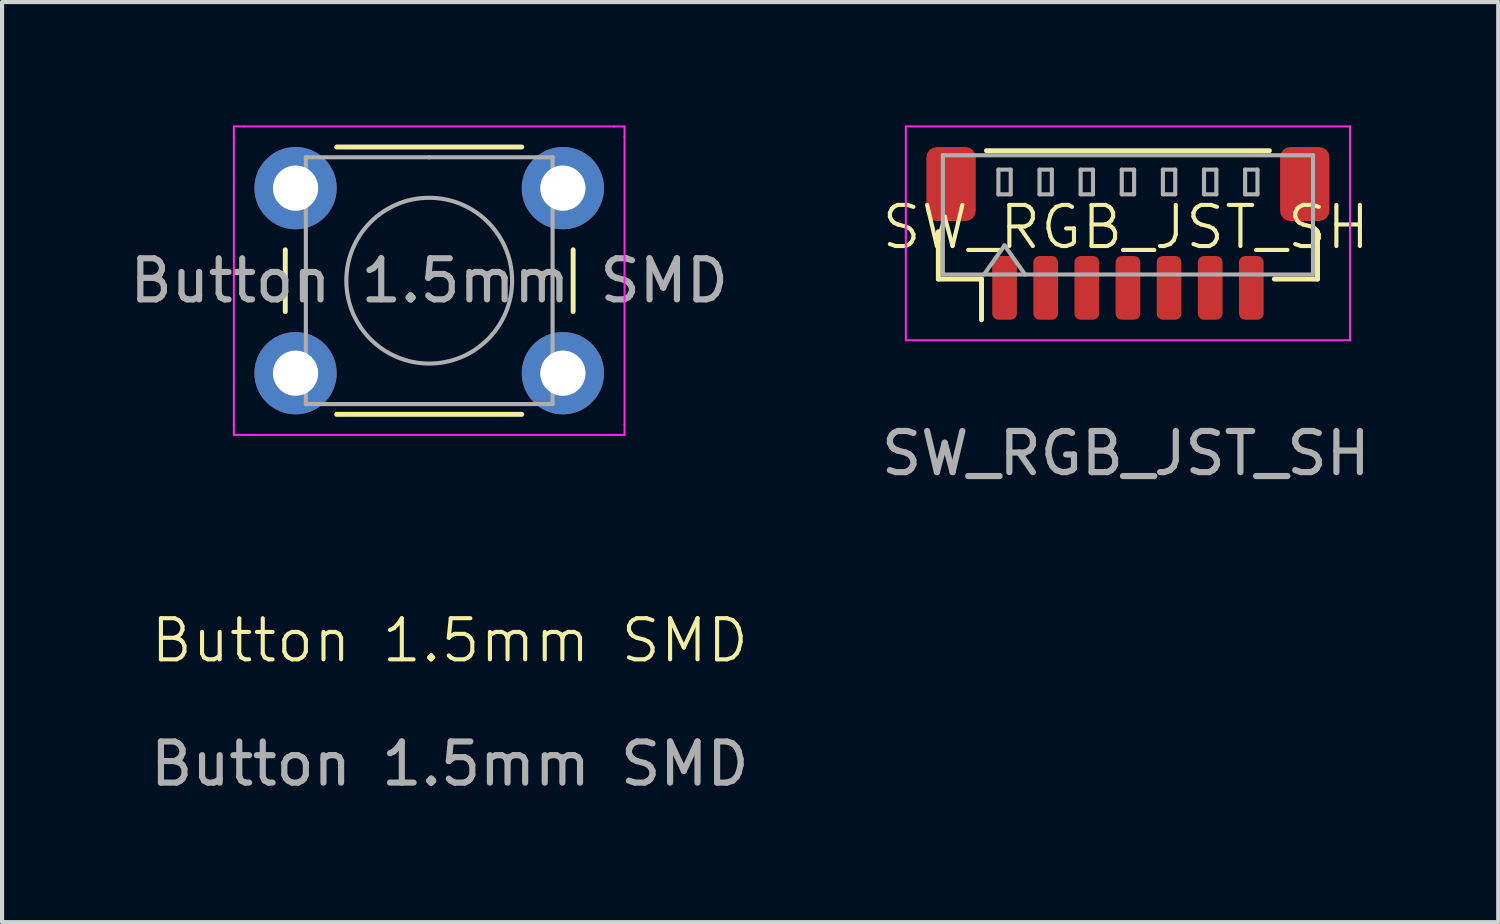
<source format=kicad_pcb>
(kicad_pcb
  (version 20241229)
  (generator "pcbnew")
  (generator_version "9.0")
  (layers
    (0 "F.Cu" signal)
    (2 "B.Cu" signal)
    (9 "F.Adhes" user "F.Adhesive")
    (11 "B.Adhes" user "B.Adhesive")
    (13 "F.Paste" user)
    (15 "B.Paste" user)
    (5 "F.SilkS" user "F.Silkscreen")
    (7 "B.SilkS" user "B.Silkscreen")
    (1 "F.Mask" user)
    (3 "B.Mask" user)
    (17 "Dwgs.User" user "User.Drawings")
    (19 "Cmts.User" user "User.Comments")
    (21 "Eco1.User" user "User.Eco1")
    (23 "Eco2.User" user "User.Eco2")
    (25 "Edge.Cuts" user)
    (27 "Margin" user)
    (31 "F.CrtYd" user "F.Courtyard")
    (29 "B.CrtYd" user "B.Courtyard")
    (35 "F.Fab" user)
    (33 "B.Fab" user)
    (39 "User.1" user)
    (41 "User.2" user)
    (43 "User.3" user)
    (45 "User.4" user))
  (footprint "SW_RGB_JST_SH"
    (layer "F.Cu")
    (at 24.327 2.475)
    (property "Reference" "SW_RGB_JST_SH" (at 0 0 0) (unlocked yes) (layer "F.SilkS") (effects (font (size 1 1) (thickness 0.1))))
    (attr smd)
    (fp_line (start -4.56 0.11) (end -4.56 1.26) (stroke (width 0.12) (type solid)) (layer "F.SilkS"))
    (fp_line (start -4.56 1.26) (end -3.51 1.26) (stroke (width 0.12) (type solid)) (layer "F.SilkS"))
    (fp_line (start -3.51 1.26) (end -3.51 2.25) (stroke (width 0.12) (type solid)) (layer "F.SilkS"))
    (fp_line (start -3.39 -1.86) (end 3.49 -1.86) (stroke (width 0.12) (type solid)) (layer "F.SilkS"))
    (fp_line (start 4.66 0.11) (end 4.66 1.26) (stroke (width 0.12) (type solid)) (layer "F.SilkS"))
    (fp_line (start 4.66 1.26) (end 3.61 1.26) (stroke (width 0.12) (type solid)) (layer "F.SilkS"))
    (fp_line (start -5.35 -2.45) (end -5.35 2.75) (stroke (width 0.05) (type solid)) (layer "F.CrtYd"))
    (fp_line (start -5.35 2.75) (end 5.45 2.75) (stroke (width 0.05) (type solid)) (layer "F.CrtYd"))
    (fp_line (start 5.45 -2.45) (end -5.35 -2.45) (stroke (width 0.05) (type solid)) (layer "F.CrtYd"))
    (fp_line (start 5.45 2.75) (end 5.45 -2.45) (stroke (width 0.05) (type solid)) (layer "F.CrtYd"))
    (fp_line (start -4.45 -1.75) (end 4.55 -1.75) (stroke (width 0.1) (type solid)) (layer "F.Fab"))
    (fp_line (start -4.45 1.15) (end -4.45 -1.75) (stroke (width 0.1) (type solid)) (layer "F.Fab"))
    (fp_line (start -4.45 1.15) (end 4.55 1.15) (stroke (width 0.1) (type solid)) (layer "F.Fab"))
    (fp_line (start -3.45 1.15) (end -2.95 0.443) (stroke (width 0.1) (type solid)) (layer "F.Fab"))
    (fp_line (start -3.1 -1.4) (end -3.1 -0.8) (stroke (width 0.1) (type solid)) (layer "F.Fab"))
    (fp_line (start -3.1 -0.8) (end -2.8 -0.8) (stroke (width 0.1) (type solid)) (layer "F.Fab"))
    (fp_line (start -2.95 0.443) (end -2.45 1.15) (stroke (width 0.1) (type solid)) (layer "F.Fab"))
    (fp_line (start -2.8 -1.4) (end -3.1 -1.4) (stroke (width 0.1) (type solid)) (layer "F.Fab"))
    (fp_line (start -2.8 -0.8) (end -2.8 -1.4) (stroke (width 0.1) (type solid)) (layer "F.Fab"))
    (fp_line (start -2.1 -1.4) (end -2.1 -0.8) (stroke (width 0.1) (type solid)) (layer "F.Fab"))
    (fp_line (start -2.1 -0.8) (end -1.8 -0.8) (stroke (width 0.1) (type solid)) (layer "F.Fab"))
    (fp_line (start -1.8 -1.4) (end -2.1 -1.4) (stroke (width 0.1) (type solid)) (layer "F.Fab"))
    (fp_line (start -1.8 -0.8) (end -1.8 -1.4) (stroke (width 0.1) (type solid)) (layer "F.Fab"))
    (fp_line (start -1.1 -1.4) (end -1.1 -0.8) (stroke (width 0.1) (type solid)) (layer "F.Fab"))
    (fp_line (start -1.1 -0.8) (end -0.8 -0.8) (stroke (width 0.1) (type solid)) (layer "F.Fab"))
    (fp_line (start -0.8 -1.4) (end -1.1 -1.4) (stroke (width 0.1) (type solid)) (layer "F.Fab"))
    (fp_line (start -0.8 -0.8) (end -0.8 -1.4) (stroke (width 0.1) (type solid)) (layer "F.Fab"))
    (fp_line (start -0.1 -1.4) (end -0.1 -0.8) (stroke (width 0.1) (type solid)) (layer "F.Fab"))
    (fp_line (start -0.1 -0.8) (end 0.2 -0.8) (stroke (width 0.1) (type solid)) (layer "F.Fab"))
    (fp_line (start 0.2 -1.4) (end -0.1 -1.4) (stroke (width 0.1) (type solid)) (layer "F.Fab"))
    (fp_line (start 0.2 -0.8) (end 0.2 -1.4) (stroke (width 0.1) (type solid)) (layer "F.Fab"))
    (fp_line (start 0.9 -1.4) (end 0.9 -0.8) (stroke (width 0.1) (type solid)) (layer "F.Fab"))
    (fp_line (start 0.9 -0.8) (end 1.2 -0.8) (stroke (width 0.1) (type solid)) (layer "F.Fab"))
    (fp_line (start 1.2 -1.4) (end 0.9 -1.4) (stroke (width 0.1) (type solid)) (layer "F.Fab"))
    (fp_line (start 1.2 -0.8) (end 1.2 -1.4) (stroke (width 0.1) (type solid)) (layer "F.Fab"))
    (fp_line (start 1.9 -1.4) (end 1.9 -0.8) (stroke (width 0.1) (type solid)) (layer "F.Fab"))
    (fp_line (start 1.9 -0.8) (end 2.2 -0.8) (stroke (width 0.1) (type solid)) (layer "F.Fab"))
    (fp_line (start 2.2 -1.4) (end 1.9 -1.4) (stroke (width 0.1) (type solid)) (layer "F.Fab"))
    (fp_line (start 2.2 -0.8) (end 2.2 -1.4) (stroke (width 0.1) (type solid)) (layer "F.Fab"))
    (fp_line (start 2.9 -1.4) (end 2.9 -0.8) (stroke (width 0.1) (type solid)) (layer "F.Fab"))
    (fp_line (start 2.9 -0.8) (end 3.2 -0.8) (stroke (width 0.1) (type solid)) (layer "F.Fab"))
    (fp_line (start 3.2 -1.4) (end 2.9 -1.4) (stroke (width 0.1) (type solid)) (layer "F.Fab"))
    (fp_line (start 3.2 -0.8) (end 3.2 -1.4) (stroke (width 0.1) (type solid)) (layer "F.Fab"))
    (fp_line (start 4.55 1.15) (end 4.55 -1.75) (stroke (width 0.1) (type solid)) (layer "F.Fab"))
    (fp_text user "${REFERENCE}" (at 0 5.5 0) (unlocked yes) (layer "F.Fab") (effects (font (size 1 1) (thickness 0.15))))
    (pad "" smd roundrect (at -4.25 -1.05) (size 1.2 1.8) (layers "F.Cu" "F.Mask" "F.Paste") (roundrect_rratio 0.208))
    (pad "" smd roundrect (at 4.35 -1.05) (size 1.2 1.8) (layers "F.Cu" "F.Mask" "F.Paste") (roundrect_rratio 0.208))
    (pad "B" smd roundrect (at 3.05 1.475) (size 0.6 1.55) (layers "F.Cu" "F.Mask" "F.Paste") (roundrect_rratio 0.25))
    (pad "C1" smd roundrect (at -2.95 1.475) (size 0.6 1.55) (layers "F.Cu" "F.Mask" "F.Paste") (roundrect_rratio 0.25))
    (pad "C2" smd roundrect (at -1.95 1.475) (size 0.6 1.55) (layers "F.Cu" "F.Mask" "F.Paste") (roundrect_rratio 0.25))
    (pad "G" smd roundrect (at 2.05 1.475) (size 0.6 1.55) (layers "F.Cu" "F.Mask" "F.Paste") (roundrect_rratio 0.25))
    (pad "NC1" smd roundrect (at -0.95 1.475) (size 0.6 1.55) (layers "F.Cu" "F.Mask" "F.Paste") (roundrect_rratio 0.25))
    (pad "NO1" smd roundrect (at 0.05 1.475) (size 0.6 1.55) (layers "F.Cu" "F.Mask" "F.Paste") (roundrect_rratio 0.25))
    (pad "R" smd roundrect (at 1.05 1.475) (size 0.6 1.55) (layers "F.Cu" "F.Mask" "F.Paste") (roundrect_rratio 0.25)))
  (footprint "Button 1.5mm SMD"
    (layer "F.Cu")
    (at 7.887 13.025)
    (property "Reference" "Button 1.5mm SMD" (at 0 -0.5 0) (unlocked yes) (layer "F.SilkS") (effects (font (size 1 1) (thickness 0.1))))
    (attr smd)
    (fp_line (start -4 -10) (end -4 -8.5) (stroke (width 0.12) (type solid)) (layer "F.SilkS"))
    (fp_line (start -2.75 -6) (end 1.75 -6) (stroke (width 0.12) (type solid)) (layer "F.SilkS"))
    (fp_line (start 1.75 -12.5) (end -2.75 -12.5) (stroke (width 0.12) (type solid)) (layer "F.SilkS"))
    (fp_line (start 3 -8.5) (end 3 -10) (stroke (width 0.12) (type solid)) (layer "F.SilkS"))
    (fp_line (start -5.25 -13) (end -5 -13) (stroke (width 0.05) (type solid)) (layer "F.CrtYd"))
    (fp_line (start -5.25 -12.75) (end -5.25 -13) (stroke (width 0.05) (type solid)) (layer "F.CrtYd"))
    (fp_line (start -5.25 -5.75) (end -5.25 -12.75) (stroke (width 0.05) (type solid)) (layer "F.CrtYd"))
    (fp_line (start -5.25 -5.75) (end -5.25 -5.5) (stroke (width 0.05) (type solid)) (layer "F.CrtYd"))
    (fp_line (start -5.25 -5.5) (end -5 -5.5) (stroke (width 0.05) (type solid)) (layer "F.CrtYd"))
    (fp_line (start -5 -13) (end 4 -13) (stroke (width 0.05) (type solid)) (layer "F.CrtYd"))
    (fp_line (start 4 -13) (end 4.25 -13) (stroke (width 0.05) (type solid)) (layer "F.CrtYd"))
    (fp_line (start 4 -5.5) (end -5 -5.5) (stroke (width 0.05) (type solid)) (layer "F.CrtYd"))
    (fp_line (start 4 -5.5) (end 4.25 -5.5) (stroke (width 0.05) (type solid)) (layer "F.CrtYd"))
    (fp_line (start 4.25 -13) (end 4.25 -12.75) (stroke (width 0.05) (type solid)) (layer "F.CrtYd"))
    (fp_line (start 4.25 -12.75) (end 4.25 -5.75) (stroke (width 0.05) (type solid)) (layer "F.CrtYd"))
    (fp_line (start 4.25 -5.5) (end 4.25 -5.75) (stroke (width 0.05) (type solid)) (layer "F.CrtYd"))
    (fp_line (start -3.5 -12.25) (end -0.5 -12.25) (stroke (width 0.1) (type solid)) (layer "F.Fab"))
    (fp_line (start -3.5 -6.25) (end -3.5 -12.25) (stroke (width 0.1) (type solid)) (layer "F.Fab"))
    (fp_line (start -0.5 -12.25) (end 2.5 -12.25) (stroke (width 0.1) (type solid)) (layer "F.Fab"))
    (fp_line (start 2.5 -12.25) (end 2.5 -6.25) (stroke (width 0.1) (type solid)) (layer "F.Fab"))
    (fp_line (start 2.5 -6.25) (end -3.5 -6.25) (stroke (width 0.1) (type solid)) (layer "F.Fab"))
    (fp_circle (center -0.5 -9.25) (end -2.5 -9) (stroke (width 0.1) (type solid)) (fill no) (layer "F.Fab"))
    (fp_text user "${REFERENCE}" (at 0 2.5 0) (unlocked yes) (layer "F.Fab") (effects (font (size 1 1) (thickness 0.15))))
    (fp_text user "${REFERENCE}" (at -0.5 -9.25 0) (layer "F.Fab") (effects (font (size 1 1) (thickness 0.15))))
    (pad "1" thru_hole circle (at -3.75 -11.5 90) (size 2 2) (drill 1.1) (layers "*.Cu" "*.Mask"))
    (pad "1" thru_hole circle (at 2.75 -11.5 90) (size 2 2) (drill 1.1) (layers "*.Cu" "*.Mask"))
    (pad "2" thru_hole circle (at -3.75 -7 90) (size 2 2) (drill 1.1) (layers "*.Cu" "*.Mask"))
    (pad "2" thru_hole circle (at 2.75 -7 90) (size 2 2) (drill 1.1) (layers "*.Cu" "*.Mask")))
  (gr_rect
    (start -3 -3)
    (end 33.381 19.373)
    (stroke (width 0.1) (type default))
    (fill no)
    (layer "Edge.Cuts")))
</source>
